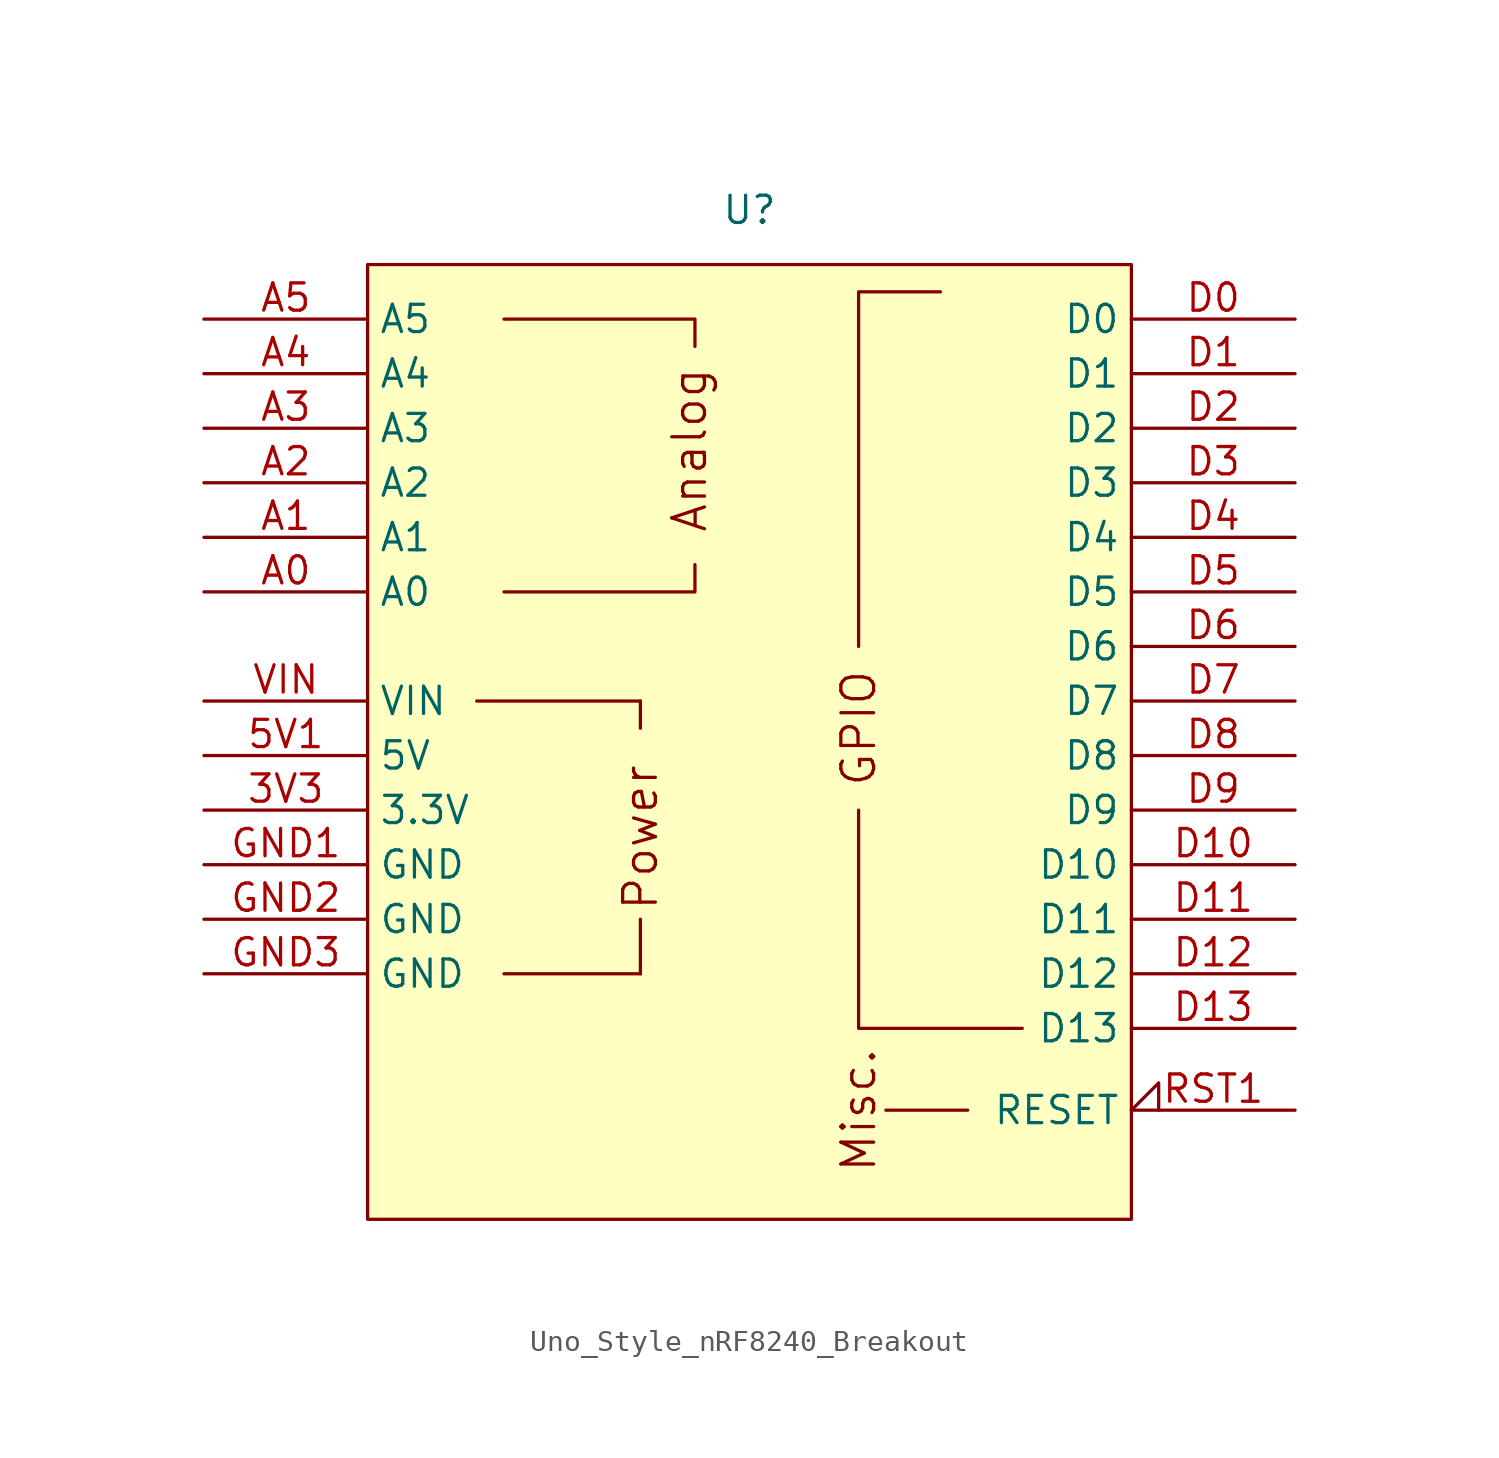
<source format=kicad_sym>
(kicad_symbol_lib
  (version 20231120)
  (generator "kicad_symbol_editor")
  (generator_version "8.0")
  (symbol "Uno_Style_nRF8240_Breakout"
    (property "Reference" "U"
      (at 0 0 0)
      (effects (font (size 1.27 1.27))))
    (property "Value" ""
      (at 0 -5.08 0)
      (effects (font (size 1.27 1.27))))
    (symbol "Uno_Style_nRF8240_Breakout_0_0"
      (rectangle (start -17.78 -2.54) (end 17.78 -46.99) (stroke (width 0) (type default)) (fill (type background)))
      (rectangle (start -12.7 -22.86) (end -5.08 -22.86) (stroke (width 0) (type default)) (fill (type none)))
      (rectangle (start -11.43 -35.56) (end -5.08 -35.56) (stroke (width 0) (type default)) (fill (type none)))
      (polyline (pts (xy -5.08 -35.56) (xy -5.08 -33.02)) (stroke (width 0) (type default)) (fill (type none)))
      (polyline (pts (xy -5.08 -22.86) (xy -5.08 -24.13)) (stroke (width 0) (type default)) (fill (type none)))
      (polyline (pts (xy -2.54 -16.51) (xy -2.54 -17.78) (xy -11.43 -17.78)) (stroke (width 0) (type default)) (fill (type none)))
      (polyline (pts (xy -2.54 -6.35) (xy -2.54 -5.08) (xy -11.43 -5.08)) (stroke (width 0) (type default)) (fill (type none)))
      (polyline (pts (xy 5.08 -27.94) (xy 5.08 -38.1) (xy 12.7 -38.1)) (stroke (width 0) (type default)) (fill (type none)))
      (polyline (pts (xy 5.08 -20.32) (xy 5.08 -3.81) (xy 8.89 -3.81)) (stroke (width 0) (type default)) (fill (type none)))
      (rectangle (start 6.35 -41.91) (end 10.16 -41.91) (stroke (width 0) (type default)) (fill (type none)))
      (text "Analog" (at -2.794 -11.176 900) (effects (font (size 1.524 1.524))))
      (text "Misc." (at 5.08 -41.91 900) (effects (font (size 1.524 1.524))))
      (text "Power" (at -5.08 -29.21 900) (effects (font (size 1.524 1.524)))))
    (symbol "Uno_Style_nRF8240_Breakout_1_0"
      (text "GPIO" (at 5.08 -24.13 900) (effects (font (size 1.524 1.524)))))
    (symbol "Uno_Style_nRF8240_Breakout_1_1"
      (pin power_in line (at -25.4 -27.94 0) (length 7.62) (name "3.3V" (effects (font (size 1.27 1.27)))) (number "3V3" (effects (font (size 1.27 1.27)))))
      (pin power_in line (at -25.4 -25.4 0) (length 7.62) (name "5V" (effects (font (size 1.27 1.27)))) (number "5V1" (effects (font (size 1.27 1.27)))))
      (pin bidirectional line (at -25.4 -17.78 0) (length 7.62) (name "A0" (effects (font (size 1.27 1.27)))) (number "A0" (effects (font (size 1.27 1.27)))))
      (pin bidirectional line (at -25.4 -15.24 0) (length 7.62) (name "A1" (effects (font (size 1.27 1.27)))) (number "A1" (effects (font (size 1.27 1.27)))))
      (pin bidirectional line (at -25.4 -12.7 0) (length 7.62) (name "A2" (effects (font (size 1.27 1.27)))) (number "A2" (effects (font (size 1.27 1.27)))))
      (pin bidirectional line (at -25.4 -10.16 0) (length 7.62) (name "A3" (effects (font (size 1.27 1.27)))) (number "A3" (effects (font (size 1.27 1.27)))))
      (pin bidirectional line (at -25.4 -7.62 0) (length 7.62) (name "A4" (effects (font (size 1.27 1.27)))) (number "A4" (effects (font (size 1.27 1.27)))))
      (pin bidirectional line (at -25.4 -5.08 0) (length 7.62) (name "A5" (effects (font (size 1.27 1.27)))) (number "A5" (effects (font (size 1.27 1.27)))))
      (pin bidirectional line (at 25.4 -5.08 180) (length 7.62) (name "D0" (effects (font (size 1.27 1.27)))) (number "D0" (effects (font (size 1.27 1.27)))))
      (pin bidirectional line (at 25.4 -7.62 180) (length 7.62) (name "D1" (effects (font (size 1.27 1.27)))) (number "D1" (effects (font (size 1.27 1.27)))))
      (pin bidirectional line (at 25.4 -30.48 180) (length 7.62) (name "D10" (effects (font (size 1.27 1.27)))) (number "D10" (effects (font (size 1.27 1.27)))))
      (pin bidirectional line (at 25.4 -33.02 180) (length 7.62) (name "D11" (effects (font (size 1.27 1.27)))) (number "D11" (effects (font (size 1.27 1.27)))))
      (pin bidirectional line (at 25.4 -35.56 180) (length 7.62) (name "D12" (effects (font (size 1.27 1.27)))) (number "D12" (effects (font (size 1.27 1.27)))))
      (pin bidirectional line (at 25.4 -38.1 180) (length 7.62) (name "D13" (effects (font (size 1.27 1.27)))) (number "D13" (effects (font (size 1.27 1.27)))))
      (pin bidirectional line (at 25.4 -10.16 180) (length 7.62) (name "D2" (effects (font (size 1.27 1.27)))) (number "D2" (effects (font (size 1.27 1.27)))))
      (pin bidirectional line (at 25.4 -12.7 180) (length 7.62) (name "D3" (effects (font (size 1.27 1.27)))) (number "D3" (effects (font (size 1.27 1.27)))))
      (pin bidirectional line (at 25.4 -15.24 180) (length 7.62) (name "D4" (effects (font (size 1.27 1.27)))) (number "D4" (effects (font (size 1.27 1.27)))))
      (pin bidirectional line (at 25.4 -17.78 180) (length 7.62) (name "D5" (effects (font (size 1.27 1.27)))) (number "D5" (effects (font (size 1.27 1.27)))))
      (pin bidirectional line (at 25.4 -20.32 180) (length 7.62) (name "D6" (effects (font (size 1.27 1.27)))) (number "D6" (effects (font (size 1.27 1.27)))))
      (pin bidirectional line (at 25.4 -22.86 180) (length 7.62) (name "D7" (effects (font (size 1.27 1.27)))) (number "D7" (effects (font (size 1.27 1.27)))))
      (pin bidirectional line (at 25.4 -25.4 180) (length 7.62) (name "D8" (effects (font (size 1.27 1.27)))) (number "D8" (effects (font (size 1.27 1.27)))))
      (pin bidirectional line (at 25.4 -27.94 180) (length 7.62) (name "D9" (effects (font (size 1.27 1.27)))) (number "D9" (effects (font (size 1.27 1.27)))))
      (pin power_in line (at -25.4 -30.48 0) (length 7.62) (name "GND" (effects (font (size 1.27 1.27)))) (number "GND1" (effects (font (size 1.27 1.27)))))
      (pin power_in line (at -25.4 -33.02 0) (length 7.62) (name "GND" (effects (font (size 1.27 1.27)))) (number "GND2" (effects (font (size 1.27 1.27)))))
      (pin power_in line (at -25.4 -35.56 0) (length 7.62) (name "GND" (effects (font (size 1.27 1.27)))) (number "GND3" (effects (font (size 1.27 1.27)))))
      (pin open_collector input_low (at 25.4 -41.91 180) (length 7.62) (name "RESET" (effects (font (size 1.27 1.27)))) (number "RST1" (effects (font (size 1.27 1.27)))))
      (pin power_in line (at -25.4 -22.86 0) (length 7.62) (name "VIN" (effects (font (size 1.27 1.27)))) (number "VIN" (effects (font (size 1.27 1.27))))))))
</source>
